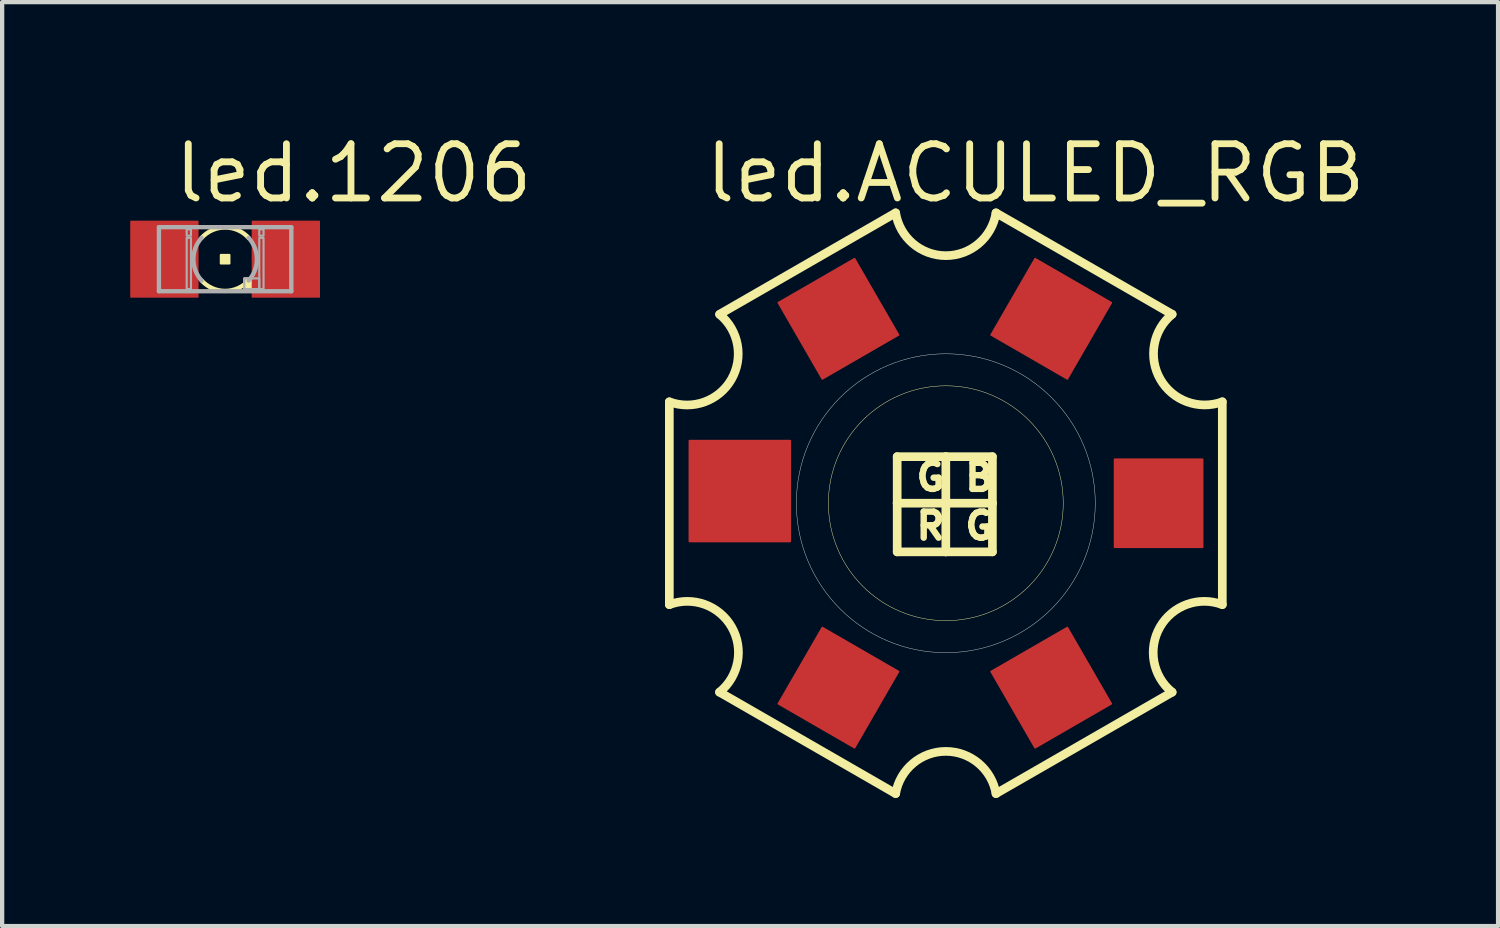
<source format=kicad_pcb>
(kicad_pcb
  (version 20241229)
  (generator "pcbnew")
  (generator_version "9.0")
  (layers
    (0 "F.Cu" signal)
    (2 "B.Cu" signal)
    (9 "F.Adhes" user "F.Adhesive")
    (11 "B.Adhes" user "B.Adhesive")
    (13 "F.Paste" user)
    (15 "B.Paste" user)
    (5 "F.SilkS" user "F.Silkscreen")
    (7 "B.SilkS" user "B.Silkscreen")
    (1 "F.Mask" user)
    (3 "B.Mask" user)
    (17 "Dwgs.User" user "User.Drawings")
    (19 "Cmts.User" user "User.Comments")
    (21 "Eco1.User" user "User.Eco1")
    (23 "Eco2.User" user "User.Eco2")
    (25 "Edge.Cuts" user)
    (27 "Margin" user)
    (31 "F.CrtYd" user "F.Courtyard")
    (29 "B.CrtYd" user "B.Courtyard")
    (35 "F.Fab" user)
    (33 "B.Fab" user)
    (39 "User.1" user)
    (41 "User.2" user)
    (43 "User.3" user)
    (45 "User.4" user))
  (footprint "led.1206"
    (layer "F.Cu")
    (at 2.222 3.02)
    (property "Reference" "led.1206" (at -1.27 -1.27 0) (layer "F.SilkS") (effects (font (size 1.27 1.27) (thickness 0.16)) (justify left bottom)))
    (attr smd)
    (fp_rect (start -0.1 0.1) (end 0.1 -0.1) (stroke (width 0.05) (type default)) (fill yes) (layer "F.SilkS"))
    (fp_rect (start 0.45 0.7) (end 0.6 0.45) (stroke (width 0.05) (type default)) (fill yes) (layer "F.SilkS"))
    (fp_arc (start -0.55 -0.5) (mid 0 -0.743303) (end 0.55 -0.5) (stroke (width 0.1016) (type default)) (layer "F.SilkS"))
    (fp_arc (start 0.55 0.5) (mid 0 0.743303) (end -0.55 0.5) (stroke (width 0.1016) (type default)) (layer "F.SilkS"))
    (fp_line (start -1.55 -0.75) (end 1.55 -0.75) (stroke (width 0.102) (type default)) (layer "F.Fab"))
    (fp_line (start -1.55 0.75) (end -1.55 -0.75) (stroke (width 0.102) (type default)) (layer "F.Fab"))
    (fp_line (start 1.55 -0.75) (end 1.55 0.75) (stroke (width 0.102) (type default)) (layer "F.Fab"))
    (fp_line (start 1.55 0.75) (end -1.55 0.75) (stroke (width 0.102) (type default)) (layer "F.Fab"))
    (fp_rect (start -0.9 -0.55) (end -0.8 -0.7) (stroke (width 0.05) (type default)) (fill no) (layer "F.Fab"))
    (fp_rect (start -0.9 0.7) (end -0.8 -0.5) (stroke (width 0.05) (type default)) (fill no) (layer "F.Fab"))
    (fp_rect (start 0.45 0.7) (end 0.8 0.45) (stroke (width 0.05) (type default)) (fill no) (layer "F.Fab"))
    (fp_rect (start 0.8 -0.55) (end 0.9 -0.7) (stroke (width 0.05) (type default)) (fill no) (layer "F.Fab"))
    (fp_rect (start 0.8 0.7) (end 0.9 -0.5) (stroke (width 0.05) (type default)) (fill no) (layer "F.Fab"))
    (fp_arc (start -0.55 0.5) (mid -0.743303 0) (end -0.55 -0.5) (stroke (width 0.1016) (type default)) (layer "F.Fab"))
    (fp_arc (start 0.55 -0.5) (mid 0.743303 0) (end 0.55 0.5) (stroke (width 0.1016) (type default)) (layer "F.Fab"))
    (pad "A" smd roundrect (at -1.422 0) (size 1.6 1.803) (layers "F.Cu" "F.Mask" "F.Paste") (roundrect_rratio 0.01))
    (pad "C" smd roundrect (at 1.422 0) (size 1.6 1.803) (layers "F.Cu" "F.Mask" "F.Paste") (roundrect_rratio 0.01)))
  (footprint "led.ACULED_RGB"
    (layer "F.Cu")
    (at 19.1 8.735)
    (property "Reference" "led.ACULED_RGB" (at -5.715 -6.985 0) (layer "F.SilkS") (effects (font (size 1.27 1.27) (thickness 0.16)) (justify left bottom)))
    (attr smd)
    (fp_line (start -6.475 -2.375) (end -6.475 2.375) (stroke (width 0.203) (type default)) (layer "F.SilkS"))
    (fp_line (start -5.3 4.425) (end -1.175 6.8) (stroke (width 0.203) (type default)) (layer "F.SilkS"))
    (fp_line (start -1.175 -6.8) (end -5.3 -4.425) (stroke (width 0.203) (type default)) (layer "F.SilkS"))
    (fp_line (start -1.139 -1.091) (end -1.139 0) (stroke (width 0.203) (type default)) (layer "F.SilkS"))
    (fp_line (start -1.139 0) (end -1.139 1.139) (stroke (width 0.203) (type default)) (layer "F.SilkS"))
    (fp_line (start -1.139 0) (end 1.091 0) (stroke (width 0.203) (type default)) (layer "F.SilkS"))
    (fp_line (start -1.139 1.139) (end 0 1.139) (stroke (width 0.203) (type default)) (layer "F.SilkS"))
    (fp_line (start 0 -1.091) (end -1.139 -1.091) (stroke (width 0.203) (type default)) (layer "F.SilkS"))
    (fp_line (start 0 -1.091) (end 0 1.139) (stroke (width 0.203) (type default)) (layer "F.SilkS"))
    (fp_line (start 0 1.139) (end 1.091 1.139) (stroke (width 0.203) (type default)) (layer "F.SilkS"))
    (fp_line (start 1.091 -1.091) (end 0 -1.091) (stroke (width 0.203) (type default)) (layer "F.SilkS"))
    (fp_line (start 1.091 0) (end 1.091 -1.091) (stroke (width 0.203) (type default)) (layer "F.SilkS"))
    (fp_line (start 1.091 1.139) (end 1.091 0) (stroke (width 0.203) (type default)) (layer "F.SilkS"))
    (fp_line (start 1.175 6.8) (end 5.3 4.425) (stroke (width 0.203) (type default)) (layer "F.SilkS"))
    (fp_line (start 5.3 -4.425) (end 1.175 -6.8) (stroke (width 0.203) (type default)) (layer "F.SilkS"))
    (fp_line (start 6.475 -2.375) (end 6.475 2.375) (stroke (width 0.203) (type default)) (layer "F.SilkS"))
    (fp_arc (start -6.475 2.375) (mid -5.015229 2.90004) (end -5.3 4.425) (stroke (width 0.2032) (type default)) (layer "F.SilkS"))
    (fp_arc (start -5.2943 -4.42) (mid -5.021908 -2.899388) (end -6.475 -2.375) (stroke (width 0.2032) (type default)) (layer "F.SilkS"))
    (fp_arc (start -1.175 6.8) (mid 0 5.811671) (end 1.175 6.8) (stroke (width 0.2032) (type default)) (layer "F.SilkS"))
    (fp_arc (start 1.175 -6.8) (mid 0 -5.798055) (end -1.175 -6.8) (stroke (width 0.2032) (type default)) (layer "F.SilkS"))
    (fp_arc (start 5.3 4.425) (mid 5.015229 2.90004) (end 6.475 2.375) (stroke (width 0.2032) (type default)) (layer "F.SilkS"))
    (fp_arc (start 6.475 -2.375) (mid 5.022668 -2.904304) (end 5.3 -4.425) (stroke (width 0.2032) (type default)) (layer "F.SilkS"))
    (fp_circle (center 0 0) (end 2.75 0) (stroke (width 0.01) (type default)) (fill no) (layer "F.SilkS"))
    (fp_circle (center 0 0) (end 3.5 0) (stroke (width 0.01) (type default)) (fill no) (layer "Edge.Cuts"))
    (fp_text user "G" (at -0.762 -0.254 0) (layer "F.SilkS") (effects (font (size 0.61 0.61) (thickness 0.15)) (justify left bottom)))
    (fp_text user "B" (at 0.381 -0.254 0) (layer "F.SilkS") (effects (font (size 0.61 0.61) (thickness 0.15)) (justify left bottom)))
    (fp_text user "G" (at 0.381 0.889 0) (layer "F.SilkS") (effects (font (size 0.61 0.61) (thickness 0.15)) (justify left bottom)))
    (fp_text user "R" (at -0.762 0.889 0) (layer "F.SilkS") (effects (font (size 0.61 0.61) (thickness 0.15)) (justify left bottom)))
    (pad "BA" smd roundrect (at 2.468 -4.319 60) (size 2.1 2.1) (layers "F.Cu" "F.Mask" "F.Paste") (roundrect_rratio 0.01))
    (pad "BC" smd roundrect (at 4.983 0) (size 2.1 2.1) (layers "F.Cu" "F.Mask" "F.Paste") (roundrect_rratio 0.01))
    (pad "GA" smd roundrect (at 2.468 4.319 300) (size 2.1 2.1) (layers "F.Cu" "F.Mask" "F.Paste") (roundrect_rratio 0.01))
    (pad "GC" smd roundrect (at -2.515 -4.319 120) (size 2.1 2.1) (layers "F.Cu" "F.Mask" "F.Paste") (roundrect_rratio 0.01))
    (pad "RA" smd roundrect (at -4.825 -0.285) (size 2.4 2.4) (layers "F.Cu" "F.Mask" "F.Paste") (roundrect_rratio 0.01))
    (pad "RC" smd roundrect (at -2.515 4.319 240) (size 2.1 2.1) (layers "F.Cu" "F.Mask" "F.Paste") (roundrect_rratio 0.01)))
  (gr_rect
    (start -3 -3)
    (end 32.033 18.637)
    (stroke (width 0.1) (type default))
    (fill no)
    (layer "Edge.Cuts")))
</source>
